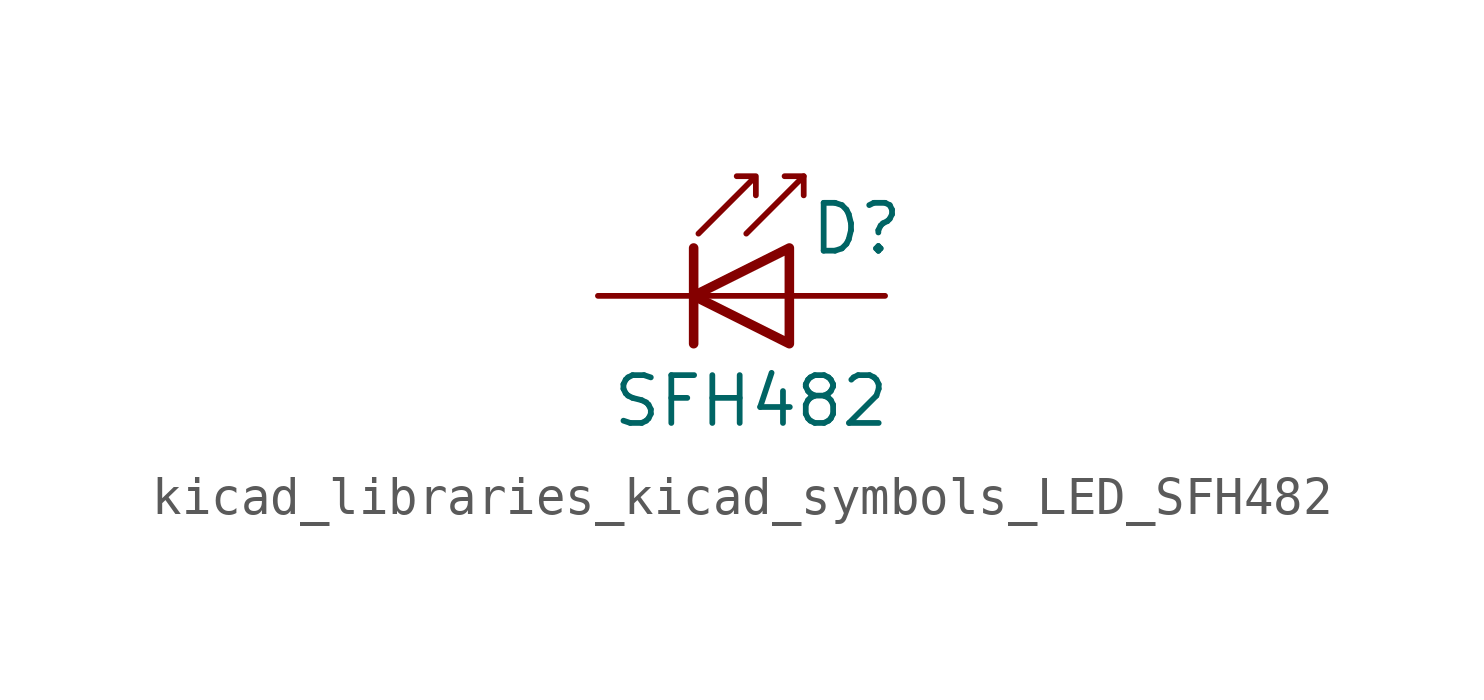
<source format=kicad_sym>
(kicad_symbol_lib
  (version 20220914)
  (generator kicad_symbol_editor)
  (symbol "kicad_libraries_kicad_symbols_LED_SFH482"
    (pin_numbers hide)
    (pin_names
      (offset 1.016) hide)
    (property "Reference" "D"
      (at 0.508 1.778 0)
      (effects (font (size 1.27 1.27)) (justify left)))
    (property "Value" "SFH482"
      (at -1.016 -2.794 0)
      (effects (font (size 1.27 1.27))))
    (symbol "kicad_libraries_kicad_symbols_LED_SFH482_0_1"
      (polyline (pts (xy -2.54 1.27) (xy -2.54 -1.27)) (stroke (width 0.254) (type default)) (fill (type none)))
      (polyline (pts (xy 0 0) (xy -2.54 0)) (stroke (width 0) (type default)) (fill (type none)))
      (polyline (pts (xy 0.381 3.175) (xy -0.127 3.175)) (stroke (width 0) (type default)) (fill (type none)))
      (polyline (pts (xy -1.143 1.651) (xy 0.381 3.175) (xy 0.381 2.667)) (stroke (width 0) (type default)) (fill (type none)))
      (polyline (pts (xy 0 1.27) (xy 0 -1.27) (xy -2.54 0) (xy 0 1.27)) (stroke (width 0.254) (type default)) (fill (type none)))
      (polyline (pts (xy -2.413 1.651) (xy -0.889 3.175) (xy -0.889 2.667) (xy -0.889 3.175) (xy -1.397 3.175)) (stroke (width 0) (type default)) (fill (type none))))
    (symbol "kicad_libraries_kicad_symbols_LED_SFH482_1_1"
      (pin passive line (at -5.08 0 0) (length 2.54) (name "K" (effects (font (size 1.27 1.27)))) (number "1" (effects (font (size 1.27 1.27)))))
      (pin passive line (at 2.54 0 180) (length 2.54) (name "A" (effects (font (size 1.27 1.27)))) (number "2" (effects (font (size 1.27 1.27))))))))
</source>
